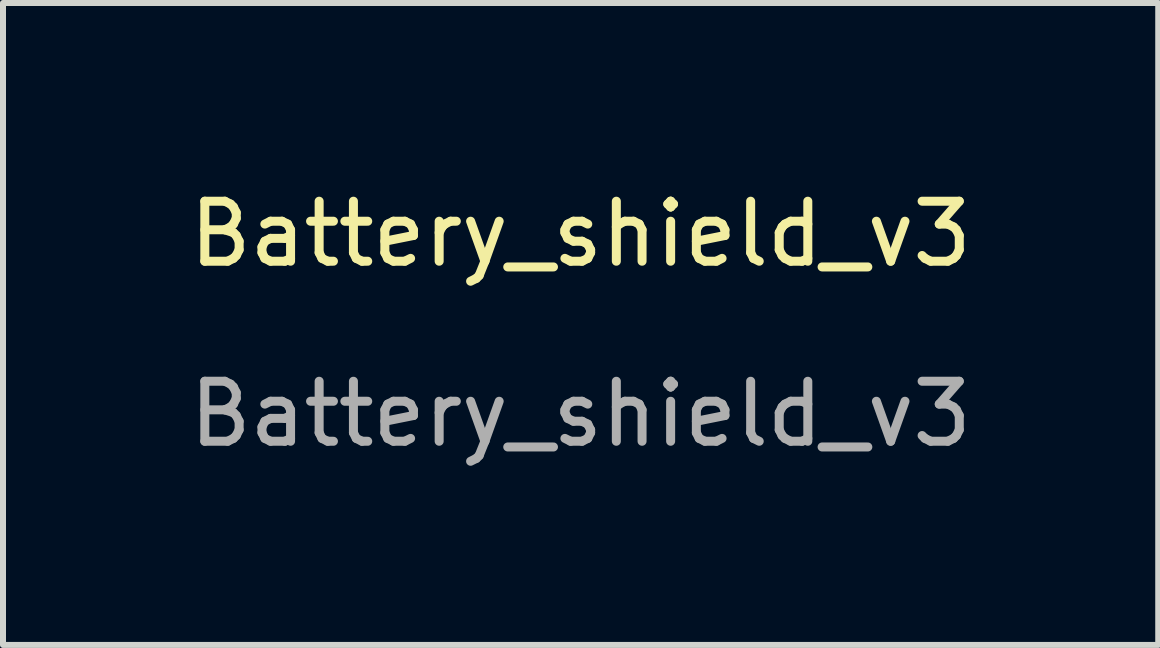
<source format=kicad_pcb>
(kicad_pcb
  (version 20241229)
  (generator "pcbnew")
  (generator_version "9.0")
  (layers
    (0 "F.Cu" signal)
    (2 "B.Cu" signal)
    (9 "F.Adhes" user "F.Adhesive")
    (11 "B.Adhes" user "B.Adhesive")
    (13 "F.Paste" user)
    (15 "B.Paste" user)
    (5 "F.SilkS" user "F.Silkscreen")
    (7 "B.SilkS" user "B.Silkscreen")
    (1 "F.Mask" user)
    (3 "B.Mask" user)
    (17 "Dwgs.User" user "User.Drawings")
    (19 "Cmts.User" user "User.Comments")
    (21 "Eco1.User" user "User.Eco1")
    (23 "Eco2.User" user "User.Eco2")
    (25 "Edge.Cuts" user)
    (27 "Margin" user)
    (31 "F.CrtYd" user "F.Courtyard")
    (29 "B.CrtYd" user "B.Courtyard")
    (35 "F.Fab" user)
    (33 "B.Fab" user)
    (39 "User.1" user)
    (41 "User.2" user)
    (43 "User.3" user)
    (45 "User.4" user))
  (footprint "Battery_shield_v3"
    (layer "F.Cu")
    (at 6.625 1.348)
    (property "Reference" "Battery_shield_v3" (at 0 -0.5 0) (unlocked yes) (layer "F.SilkS") (effects (font (size 1 1) (thickness 0.15))))
    (attr through_hole)
    (fp_text user "${REFERENCE}" (at 0 2.5 0) (unlocked yes) (layer "F.Fab") (effects (font (size 1 1) (thickness 0.15)))))
  (gr_rect
    (start -3 -3)
    (end 16.25 7.697)
    (stroke (width 0.1) (type default))
    (fill no)
    (layer "Edge.Cuts")))
</source>
